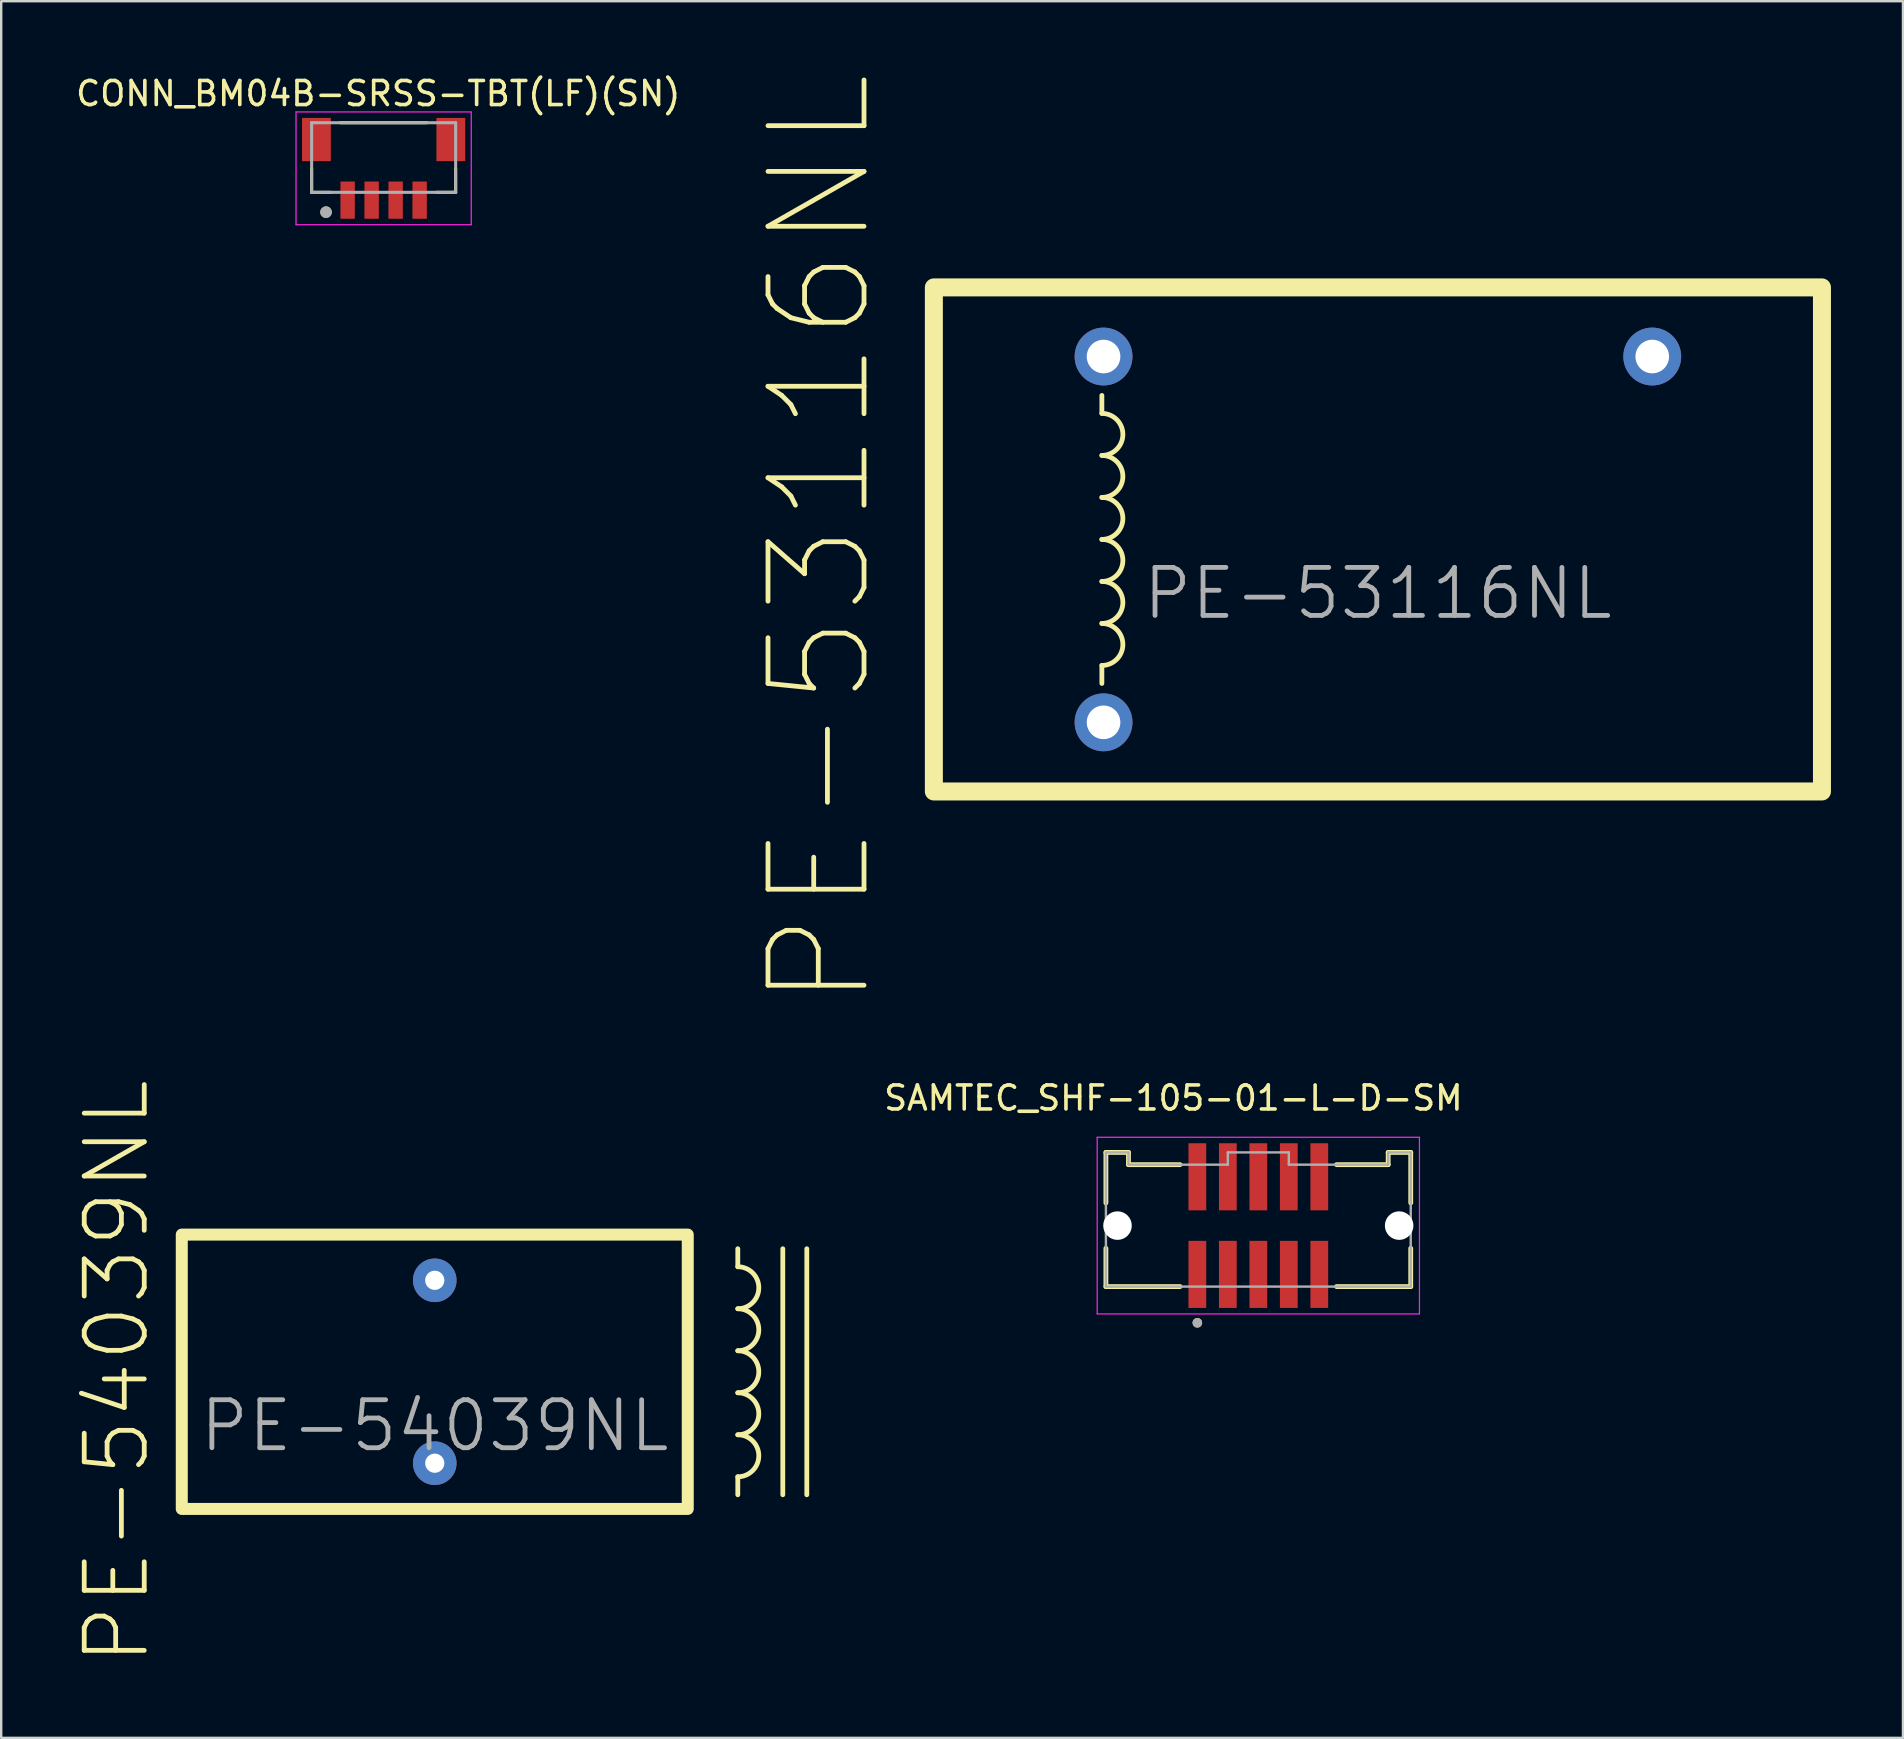
<source format=kicad_pcb>
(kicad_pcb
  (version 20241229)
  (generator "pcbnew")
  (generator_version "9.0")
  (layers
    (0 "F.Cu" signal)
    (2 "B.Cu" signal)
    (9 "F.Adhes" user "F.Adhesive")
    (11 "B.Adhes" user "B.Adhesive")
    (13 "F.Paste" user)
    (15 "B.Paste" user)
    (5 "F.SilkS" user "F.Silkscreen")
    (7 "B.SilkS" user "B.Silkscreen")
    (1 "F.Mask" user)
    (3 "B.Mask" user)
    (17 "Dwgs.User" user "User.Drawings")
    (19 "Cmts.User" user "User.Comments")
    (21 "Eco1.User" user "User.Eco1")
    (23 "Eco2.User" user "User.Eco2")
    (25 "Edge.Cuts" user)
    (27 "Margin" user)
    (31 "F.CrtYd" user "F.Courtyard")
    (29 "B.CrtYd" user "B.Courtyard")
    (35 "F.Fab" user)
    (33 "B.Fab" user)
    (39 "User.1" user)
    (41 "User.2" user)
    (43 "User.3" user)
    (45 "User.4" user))
  (footprint "CONN_BM04B-SRSS-TBT(LF)(SN)"
    (layer "F.Cu")
    (at 12.933 5.288)
    (property "Reference" "CONN_BM04B-SRSS-TBT(LF)(SN)" (at -0.225 -4.439 0) (layer "F.SilkS") (effects (font (size 1.001 1.001) (thickness 0.15))))
    (attr smd)
    (fp_line (start -3 -1.3) (end -3 -0.325) (stroke (width 0.127) (type solid)) (layer "F.SilkS"))
    (fp_line (start -3 -0.325) (end -2.2 -0.325) (stroke (width 0.127) (type solid)) (layer "F.SilkS"))
    (fp_line (start -1.8 -3.225) (end 1.8 -3.225) (stroke (width 0.127) (type solid)) (layer "F.SilkS"))
    (fp_line (start 3 -1.3) (end 3 -0.325) (stroke (width 0.127) (type solid)) (layer "F.SilkS"))
    (fp_line (start 3 -0.325) (end 2.2 -0.325) (stroke (width 0.127) (type solid)) (layer "F.SilkS"))
    (fp_circle (center -2.4 0.5) (end -2.28 0.5) (stroke (width 0.24) (type solid)) (fill no) (layer "F.SilkS"))
    (fp_line (start -3.65 -3.675) (end 3.65 -3.675) (stroke (width 0.05) (type solid)) (layer "F.CrtYd"))
    (fp_line (start -3.65 1.025) (end -3.65 -3.675) (stroke (width 0.05) (type solid)) (layer "F.CrtYd"))
    (fp_line (start 3.65 -3.675) (end 3.65 1.025) (stroke (width 0.05) (type solid)) (layer "F.CrtYd"))
    (fp_line (start 3.65 1.025) (end -3.65 1.025) (stroke (width 0.05) (type solid)) (layer "F.CrtYd"))
    (fp_line (start -3 -3.225) (end 3 -3.225) (stroke (width 0.127) (type solid)) (layer "F.Fab"))
    (fp_line (start -3 -0.325) (end -3 -3.225) (stroke (width 0.127) (type solid)) (layer "F.Fab"))
    (fp_line (start 3 -3.225) (end 3 -0.325) (stroke (width 0.127) (type solid)) (layer "F.Fab"))
    (fp_line (start 3 -0.325) (end -3 -0.325) (stroke (width 0.127) (type solid)) (layer "F.Fab"))
    (fp_circle (center -2.4 0.5) (end -2.28 0.5) (stroke (width 0.24) (type solid)) (fill no) (layer "F.Fab"))
    (pad "1" smd rect (at -1.5 0) (size 0.6 1.55) (layers "F.Cu" "F.Mask" "F.Paste"))
    (pad "2" smd rect (at -0.5 0) (size 0.6 1.55) (layers "F.Cu" "F.Mask" "F.Paste"))
    (pad "3" smd rect (at 0.5 0) (size 0.6 1.55) (layers "F.Cu" "F.Mask" "F.Paste"))
    (pad "4" smd rect (at 1.5 0) (size 0.6 1.55) (layers "F.Cu" "F.Mask" "F.Paste"))
    (pad "SH1" smd rect (at -2.8 -2.525) (size 1.2 1.8) (layers "F.Cu" "F.Mask" "F.Paste"))
    (pad "SH2" smd rect (at 2.8 -2.525) (size 1.2 1.8) (layers "F.Cu" "F.Mask" "F.Paste")))
  (footprint "PE-53116NL"
    (layer "F.Cu")
    (at 54.356 19.424)
    (property "Reference" "PE-53116NL" (at -23.25 0 90) (unlocked yes) (layer "F.SilkS") (effects (font (size 4 4) (thickness 0.2))))
    (attr through_hole)
    (fp_line (start -11.5 -6) (end -11.5 -5.25) (stroke (width 0.2) (type solid)) (layer "F.SilkS"))
    (fp_line (start -11.5 6) (end -11.5 5.25) (stroke (width 0.2) (type solid)) (layer "F.SilkS"))
    (fp_rect (start -18.5 -10.5) (end 18.5 10.5) (stroke (width 0.75) (type solid)) (fill no) (layer "F.SilkS"))
    (fp_arc (start -11.5 -5.25) (mid -10.625 -4.375) (end -11.5 -3.5) (stroke (width 0.2) (type solid)) (layer "F.SilkS"))
    (fp_arc (start -11.5 -3.5) (mid -10.625 -2.625) (end -11.5 -1.75) (stroke (width 0.2) (type solid)) (layer "F.SilkS"))
    (fp_arc (start -11.5 -1.75) (mid -10.625 -0.875) (end -11.5 0) (stroke (width 0.2) (type solid)) (layer "F.SilkS"))
    (fp_arc (start -11.5 0) (mid -10.625 0.875) (end -11.5 1.75) (stroke (width 0.2) (type solid)) (layer "F.SilkS"))
    (fp_arc (start -11.5 1.75) (mid -10.625 2.625) (end -11.5 3.5) (stroke (width 0.2) (type solid)) (layer "F.SilkS"))
    (fp_arc (start -11.5 3.5) (mid -10.625 4.375) (end -11.5 5.25) (stroke (width 0.2) (type solid)) (layer "F.SilkS"))
    (fp_text user "${REFERENCE}" (at 0 2.25 0) (unlocked yes) (layer "F.Fab") (effects (font (size 2 2) (thickness 0.2))))
    (pad "1" thru_hole circle (at -11.43 -7.62) (size 2.41 2.41) (drill 1.4) (layers "*.Cu" "*.Mask"))
    (pad "2" thru_hole circle (at -11.43 7.62) (size 2.41 2.41) (drill 1.4) (layers "*.Cu" "*.Mask"))
    (pad "3" thru_hole circle (at 11.43 -7.62) (size 2.41 2.41) (drill 1.4) (layers "*.Cu" "*.Mask")))
  (footprint "SAMTEC_SHF-105-01-L-D-SM"
    (layer "F.Cu")
    (at 49.374 48.011)
    (property "Reference" "SAMTEC_SHF-105-01-L-D-SM" (at -3.538 -5.315 0) (layer "F.SilkS") (effects (font (size 1 1) (thickness 0.15))))
    (attr smd)
    (fp_line (start -6.35 -3.05) (end -5.41 -3.05) (stroke (width 0.2) (type solid)) (layer "F.SilkS"))
    (fp_line (start -6.35 -0.945) (end -6.35 -3.05) (stroke (width 0.2) (type solid)) (layer "F.SilkS"))
    (fp_line (start -6.35 2.54) (end -6.35 0.945) (stroke (width 0.2) (type solid)) (layer "F.SilkS"))
    (fp_line (start -5.41 -3.05) (end -5.41 -2.54) (stroke (width 0.2) (type solid)) (layer "F.SilkS"))
    (fp_line (start -5.41 -2.54) (end -3.26 -2.54) (stroke (width 0.2) (type solid)) (layer "F.SilkS"))
    (fp_line (start -3.26 2.54) (end -6.35 2.54) (stroke (width 0.2) (type solid)) (layer "F.SilkS"))
    (fp_line (start 3.26 -2.54) (end 5.41 -2.54) (stroke (width 0.2) (type solid)) (layer "F.SilkS"))
    (fp_line (start 5.41 -3.05) (end 6.35 -3.05) (stroke (width 0.2) (type solid)) (layer "F.SilkS"))
    (fp_line (start 5.41 -2.54) (end 5.41 -3.05) (stroke (width 0.2) (type solid)) (layer "F.SilkS"))
    (fp_line (start 6.35 -3.05) (end 6.35 -0.945) (stroke (width 0.2) (type solid)) (layer "F.SilkS"))
    (fp_line (start 6.35 2.54) (end 3.26 2.54) (stroke (width 0.2) (type solid)) (layer "F.SilkS"))
    (fp_line (start 6.35 2.54) (end 6.35 0.945) (stroke (width 0.2) (type solid)) (layer "F.SilkS"))
    (fp_circle (center -2.54 4.049) (end -2.44 4.049) (stroke (width 0.2) (type solid)) (fill no) (layer "F.SilkS"))
    (fp_line (start -6.713 -3.68) (end -6.713 3.68) (stroke (width 0.05) (type solid)) (layer "F.CrtYd"))
    (fp_line (start -6.713 3.68) (end 6.713 3.68) (stroke (width 0.05) (type solid)) (layer "F.CrtYd"))
    (fp_line (start 6.713 -3.68) (end -6.713 -3.68) (stroke (width 0.05) (type solid)) (layer "F.CrtYd"))
    (fp_line (start 6.713 3.68) (end 6.713 -3.68) (stroke (width 0.05) (type solid)) (layer "F.CrtYd"))
    (fp_line (start -6.35 -3.05) (end -5.41 -3.05) (stroke (width 0.1) (type solid)) (layer "F.Fab"))
    (fp_line (start -6.35 2.54) (end -6.35 -3.05) (stroke (width 0.1) (type solid)) (layer "F.Fab"))
    (fp_line (start -5.41 -3.05) (end -5.41 -2.54) (stroke (width 0.1) (type solid)) (layer "F.Fab"))
    (fp_line (start -5.41 -2.54) (end -1.27 -2.54) (stroke (width 0.1) (type solid)) (layer "F.Fab"))
    (fp_line (start -1.27 -3.05) (end 1.27 -3.05) (stroke (width 0.1) (type solid)) (layer "F.Fab"))
    (fp_line (start -1.27 -2.54) (end -1.27 -3.05) (stroke (width 0.1) (type solid)) (layer "F.Fab"))
    (fp_line (start 1.27 -3.05) (end 1.27 -2.54) (stroke (width 0.1) (type solid)) (layer "F.Fab"))
    (fp_line (start 1.27 -2.54) (end 5.41 -2.54) (stroke (width 0.1) (type solid)) (layer "F.Fab"))
    (fp_line (start 5.41 -3.05) (end 6.35 -3.05) (stroke (width 0.1) (type solid)) (layer "F.Fab"))
    (fp_line (start 5.41 -2.54) (end 5.41 -3.05) (stroke (width 0.1) (type solid)) (layer "F.Fab"))
    (fp_line (start 6.35 -3.05) (end 6.35 2.54) (stroke (width 0.1) (type solid)) (layer "F.Fab"))
    (fp_line (start 6.35 2.54) (end -6.35 2.54) (stroke (width 0.1) (type solid)) (layer "F.Fab"))
    (fp_circle (center -2.54 4.049) (end -2.44 4.049) (stroke (width 0.2) (type solid)) (fill no) (layer "F.Fab"))
    (pad "" np_thru_hole circle (at -5.867 0) (size 1.19 1.19) (drill 1.19) (layers "*.Cu" "*.Mask"))
    (pad "" np_thru_hole circle (at 5.867 0) (size 1.19 1.19) (drill 1.19) (layers "*.Cu" "*.Mask"))
    (pad "01" smd rect (at -2.54 2.033) (size 0.74 2.795) (layers "F.Cu" "F.Mask" "F.Paste"))
    (pad "02" smd rect (at -2.54 -2.033) (size 0.74 2.795) (layers "F.Cu" "F.Mask" "F.Paste"))
    (pad "03" smd rect (at -1.27 2.033) (size 0.74 2.795) (layers "F.Cu" "F.Mask" "F.Paste"))
    (pad "04" smd rect (at -1.27 -2.033) (size 0.74 2.795) (layers "F.Cu" "F.Mask" "F.Paste"))
    (pad "05" smd rect (at 0 2.033) (size 0.74 2.795) (layers "F.Cu" "F.Mask" "F.Paste"))
    (pad "06" smd rect (at 0 -2.033) (size 0.74 2.795) (layers "F.Cu" "F.Mask" "F.Paste"))
    (pad "07" smd rect (at 1.27 2.033) (size 0.74 2.795) (layers "F.Cu" "F.Mask" "F.Paste"))
    (pad "08" smd rect (at 1.27 -2.033) (size 0.74 2.795) (layers "F.Cu" "F.Mask" "F.Paste"))
    (pad "09" smd rect (at 2.54 2.033) (size 0.74 2.795) (layers "F.Cu" "F.Mask" "F.Paste"))
    (pad "10" smd rect (at 2.54 -2.033) (size 0.74 2.795) (layers "F.Cu" "F.Mask" "F.Paste")))
  (footprint "PE-54039NL"
    (layer "F.Cu")
    (at 15.063 54.1)
    (property "Reference" "PE-54039NL" (at -13.25 0 90) (unlocked yes) (layer "F.SilkS") (effects (font (size 2.5 2.5) (thickness 0.2))))
    (attr through_hole)
    (fp_line (start 12.625 -5.125) (end 12.625 -4.375) (stroke (width 0.2) (type solid)) (layer "F.SilkS"))
    (fp_line (start 12.625 5.125) (end 12.625 4.375) (stroke (width 0.2) (type solid)) (layer "F.SilkS"))
    (fp_line (start 14.5 -5.125) (end 14.5 5.125) (stroke (width 0.2) (type solid)) (layer "F.SilkS"))
    (fp_line (start 15.5 -5.125) (end 15.5 5.125) (stroke (width 0.2) (type solid)) (layer "F.SilkS"))
    (fp_rect (start -10.54 -5.715) (end 10.54 5.715) (stroke (width 0.5) (type solid)) (fill no) (layer "F.SilkS"))
    (fp_arc (start 12.625 -4.375) (mid 13.5 -3.5) (end 12.625 -2.625) (stroke (width 0.2) (type solid)) (layer "F.SilkS"))
    (fp_arc (start 12.625 -2.625) (mid 13.5 -1.75) (end 12.625 -0.875) (stroke (width 0.2) (type solid)) (layer "F.SilkS"))
    (fp_arc (start 12.625 -0.875) (mid 13.5 0) (end 12.625 0.875) (stroke (width 0.2) (type solid)) (layer "F.SilkS"))
    (fp_arc (start 12.625 0.875) (mid 13.5 1.75) (end 12.625 2.625) (stroke (width 0.2) (type solid)) (layer "F.SilkS"))
    (fp_arc (start 12.625 2.625) (mid 13.5 3.5) (end 12.625 4.375) (stroke (width 0.2) (type solid)) (layer "F.SilkS"))
    (fp_text user "${REFERENCE}" (at 0 2.25 0) (unlocked yes) (layer "F.Fab") (effects (font (size 2 2) (thickness 0.2))))
    (pad "1" thru_hole circle (at 0 -3.81) (size 1.816 1.816) (drill 0.8) (layers "*.Cu" "*.Mask"))
    (pad "2" thru_hole circle (at 0 3.81) (size 1.816 1.816) (drill 0.8) (layers "*.Cu" "*.Mask")))
  (gr_rect
    (start -3 -3)
    (end 76.231 69.352)
    (stroke (width 0.1) (type default))
    (fill no)
    (layer "Edge.Cuts")))
</source>
